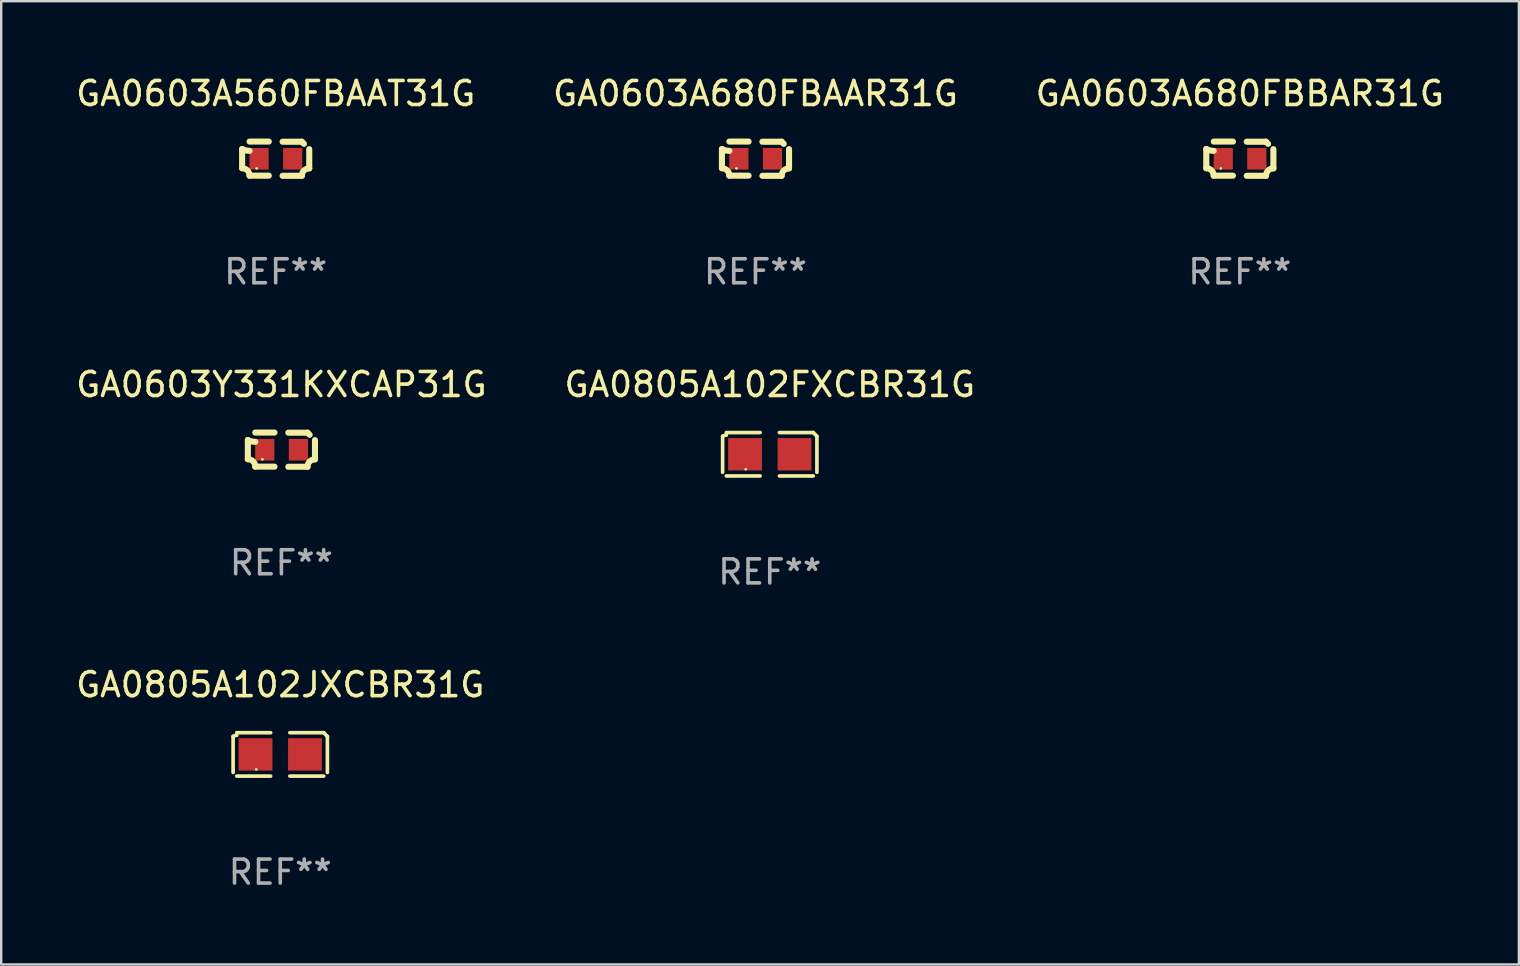
<source format=kicad_pcb>
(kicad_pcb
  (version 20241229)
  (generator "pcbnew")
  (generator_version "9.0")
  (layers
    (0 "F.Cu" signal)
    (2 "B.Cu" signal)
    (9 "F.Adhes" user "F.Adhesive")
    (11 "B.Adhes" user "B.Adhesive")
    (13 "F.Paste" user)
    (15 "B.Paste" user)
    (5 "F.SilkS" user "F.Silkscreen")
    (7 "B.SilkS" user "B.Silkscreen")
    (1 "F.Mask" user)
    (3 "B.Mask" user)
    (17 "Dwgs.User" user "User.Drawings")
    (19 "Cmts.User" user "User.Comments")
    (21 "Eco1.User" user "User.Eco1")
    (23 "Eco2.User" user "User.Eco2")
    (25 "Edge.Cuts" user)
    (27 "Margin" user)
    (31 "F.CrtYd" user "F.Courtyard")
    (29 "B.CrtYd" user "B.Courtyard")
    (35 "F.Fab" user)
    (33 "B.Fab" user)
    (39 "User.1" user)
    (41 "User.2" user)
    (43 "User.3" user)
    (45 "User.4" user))
  (footprint "GA0805A102JXCBR31G"
    (layer "F.Cu")
    (at 8.625 28.378)
    (property "Reference" "GA0805A102JXCBR31G" (at 0 -2.904 0) (layer "F.SilkS") (effects (font (size 1 1) (thickness 0.15))))
    (attr through_hole)
    (fp_line (start -1.964 0.751) (end -1.964 -0.751) (stroke (width 0.152) (type solid)) (layer "F.SilkS"))
    (fp_line (start -1.811 -0.904) (end -0.401 -0.904) (stroke (width 0.152) (type solid)) (layer "F.SilkS"))
    (fp_line (start -0.401 0.904) (end -1.811 0.904) (stroke (width 0.152) (type solid)) (layer "F.SilkS"))
    (fp_line (start 0.401 0.904) (end 1.811 0.904) (stroke (width 0.152) (type solid)) (layer "F.SilkS"))
    (fp_line (start 1.811 -0.904) (end 0.401 -0.904) (stroke (width 0.152) (type solid)) (layer "F.SilkS"))
    (fp_line (start 1.964 0.751) (end 1.964 -0.751) (stroke (width 0.152) (type solid)) (layer "F.SilkS"))
    (fp_arc (start -1.963602 -0.751207) (mid -1.890354 -0.783131) (end -1.811201 -0.794044) (stroke (width 0.1524) (type solid)) (layer "F.SilkS"))
    (fp_arc (start 1.811202 -0.903607) (mid 1.887413 -0.827418) (end 1.963602 -0.751207) (stroke (width 0.1524) (type solid)) (layer "F.SilkS"))
    (fp_circle (center -1 0.625) (end -0.97 0.625) (stroke (width 0.06) (type solid)) (fill no) (layer "F.SilkS"))
    (fp_text user "REF**" (at 0 4.904 0) (layer "F.Fab") (effects (font (size 1 1) (thickness 0.15))))
    (pad "1" smd rect (at -1.03 0) (size 1.41 1.35) (layers "F.Cu" "F.Mask" "F.Paste"))
    (pad "2" smd rect (at 1.03 0) (size 1.41 1.35) (layers "F.Cu" "F.Mask" "F.Paste")))
  (footprint "GA0805A102FXCBR31G"
    (layer "F.Cu")
    (at 29.018 15.874)
    (property "Reference" "GA0805A102FXCBR31G" (at 0 -2.904 0) (layer "F.SilkS") (effects (font (size 1 1) (thickness 0.15))))
    (attr through_hole)
    (fp_line (start -1.964 0.751) (end -1.964 -0.751) (stroke (width 0.152) (type solid)) (layer "F.SilkS"))
    (fp_line (start -1.811 -0.904) (end -0.401 -0.904) (stroke (width 0.152) (type solid)) (layer "F.SilkS"))
    (fp_line (start -0.401 0.904) (end -1.811 0.904) (stroke (width 0.152) (type solid)) (layer "F.SilkS"))
    (fp_line (start 0.401 0.904) (end 1.811 0.904) (stroke (width 0.152) (type solid)) (layer "F.SilkS"))
    (fp_line (start 1.811 -0.904) (end 0.401 -0.904) (stroke (width 0.152) (type solid)) (layer "F.SilkS"))
    (fp_line (start 1.964 0.751) (end 1.964 -0.751) (stroke (width 0.152) (type solid)) (layer "F.SilkS"))
    (fp_arc (start -1.963602 -0.751207) (mid -1.890354 -0.783131) (end -1.811201 -0.794044) (stroke (width 0.1524) (type solid)) (layer "F.SilkS"))
    (fp_arc (start 1.811202 -0.903607) (mid 1.887413 -0.827418) (end 1.963602 -0.751207) (stroke (width 0.1524) (type solid)) (layer "F.SilkS"))
    (fp_circle (center -1 0.625) (end -0.97 0.625) (stroke (width 0.06) (type solid)) (fill no) (layer "F.SilkS"))
    (fp_text user "REF**" (at 0 4.904 0) (layer "F.Fab") (effects (font (size 1 1) (thickness 0.15))))
    (pad "1" smd rect (at -1.03 0) (size 1.41 1.35) (layers "F.Cu" "F.Mask" "F.Paste"))
    (pad "2" smd rect (at 1.03 0) (size 1.41 1.35) (layers "F.Cu" "F.Mask" "F.Paste")))
  (footprint "GA0603A560FBAAT31G"
    (layer "F.Cu")
    (at 8.435 3.561)
    (property "Reference" "GA0603A560FBAAT31G" (at 0 -2.713 0) (layer "F.SilkS") (effects (font (size 1 1) (thickness 0.15))))
    (attr through_hole)
    (fp_line (start -1.398 -0.403) (end -1.398 0.397) (stroke (width 0.254) (type solid)) (layer "F.SilkS"))
    (fp_line (start -0.288 -0.713) (end -1.088 -0.713) (stroke (width 0.254) (type solid)) (layer "F.SilkS"))
    (fp_line (start -0.288 0.707) (end -1.088 0.707) (stroke (width 0.254) (type solid)) (layer "F.SilkS"))
    (fp_line (start 0.288 -0.707) (end 1.088 -0.707) (stroke (width 0.254) (type solid)) (layer "F.SilkS"))
    (fp_line (start 0.288 0.713) (end 1.088 0.713) (stroke (width 0.254) (type solid)) (layer "F.SilkS"))
    (fp_line (start 1.398 -0.397) (end 1.398 0.403) (stroke (width 0.254) (type solid)) (layer "F.SilkS"))
    (fp_arc (start -1.397789 0.397066) (mid -1.178701 0.487826) (end -1.08796 0.706922) (stroke (width 0.254001) (type solid)) (layer "F.SilkS"))
    (fp_arc (start -1.08796 -0.327176) (mid -1.247436 -0.346384) (end -1.39779 -0.402908) (stroke (width 0.254001) (type solid)) (layer "F.SilkS"))
    (fp_arc (start 1.087909 0.712738) (mid 1.178656 0.493655) (end 1.397739 0.402908) (stroke (width 0.254001) (type solid)) (layer "F.SilkS"))
    (fp_arc (start 1.175925 -0.618926) (mid 1.131917 -0.662923) (end 1.08791 -0.706922) (stroke (width 0.254001) (type solid)) (layer "F.SilkS"))
    (fp_circle (center -0.792 0.403) (end -0.762 0.403) (stroke (width 0.06) (type solid)) (fill no) (layer "F.SilkS"))
    (fp_text user "REF**" (at 0 4.713 0) (layer "F.Fab") (effects (font (size 1 1) (thickness 0.15))))
    (pad "1" smd rect (at -0.692 0.003) (size 0.8 0.9) (layers "F.Cu" "F.Mask" "F.Paste"))
    (pad "2" smd rect (at 0.708 0.003) (size 0.8 0.9) (layers "F.Cu" "F.Mask" "F.Paste")))
  (footprint "GA0603A680FBBAR31G"
    (layer "F.Cu")
    (at 48.601 3.561)
    (property "Reference" "GA0603A680FBBAR31G" (at 0 -2.713 0) (layer "F.SilkS") (effects (font (size 1 1) (thickness 0.15))))
    (attr through_hole)
    (fp_line (start -1.398 -0.403) (end -1.398 0.397) (stroke (width 0.254) (type solid)) (layer "F.SilkS"))
    (fp_line (start -0.288 -0.713) (end -1.088 -0.713) (stroke (width 0.254) (type solid)) (layer "F.SilkS"))
    (fp_line (start -0.288 0.707) (end -1.088 0.707) (stroke (width 0.254) (type solid)) (layer "F.SilkS"))
    (fp_line (start 0.288 -0.707) (end 1.088 -0.707) (stroke (width 0.254) (type solid)) (layer "F.SilkS"))
    (fp_line (start 0.288 0.713) (end 1.088 0.713) (stroke (width 0.254) (type solid)) (layer "F.SilkS"))
    (fp_line (start 1.398 -0.397) (end 1.398 0.403) (stroke (width 0.254) (type solid)) (layer "F.SilkS"))
    (fp_arc (start -1.397789 0.397066) (mid -1.178701 0.487826) (end -1.08796 0.706922) (stroke (width 0.254001) (type solid)) (layer "F.SilkS"))
    (fp_arc (start -1.08796 -0.327176) (mid -1.247436 -0.346384) (end -1.39779 -0.402908) (stroke (width 0.254001) (type solid)) (layer "F.SilkS"))
    (fp_arc (start 1.087909 0.712738) (mid 1.178656 0.493655) (end 1.397739 0.402908) (stroke (width 0.254001) (type solid)) (layer "F.SilkS"))
    (fp_arc (start 1.175925 -0.618926) (mid 1.131917 -0.662923) (end 1.08791 -0.706922) (stroke (width 0.254001) (type solid)) (layer "F.SilkS"))
    (fp_circle (center -0.792 0.403) (end -0.762 0.403) (stroke (width 0.06) (type solid)) (fill no) (layer "F.SilkS"))
    (fp_text user "REF**" (at 0 4.713 0) (layer "F.Fab") (effects (font (size 1 1) (thickness 0.15))))
    (pad "1" smd rect (at -0.692 0.003) (size 0.8 0.9) (layers "F.Cu" "F.Mask" "F.Paste"))
    (pad "2" smd rect (at 0.708 0.003) (size 0.8 0.9) (layers "F.Cu" "F.Mask" "F.Paste")))
  (footprint "GA0603A680FBAAR31G"
    (layer "F.Cu")
    (at 28.423 3.561)
    (property "Reference" "GA0603A680FBAAR31G" (at 0 -2.713 0) (layer "F.SilkS") (effects (font (size 1 1) (thickness 0.15))))
    (attr through_hole)
    (fp_line (start -1.398 -0.403) (end -1.398 0.397) (stroke (width 0.254) (type solid)) (layer "F.SilkS"))
    (fp_line (start -0.288 -0.713) (end -1.088 -0.713) (stroke (width 0.254) (type solid)) (layer "F.SilkS"))
    (fp_line (start -0.288 0.707) (end -1.088 0.707) (stroke (width 0.254) (type solid)) (layer "F.SilkS"))
    (fp_line (start 0.288 -0.707) (end 1.088 -0.707) (stroke (width 0.254) (type solid)) (layer "F.SilkS"))
    (fp_line (start 0.288 0.713) (end 1.088 0.713) (stroke (width 0.254) (type solid)) (layer "F.SilkS"))
    (fp_line (start 1.398 -0.397) (end 1.398 0.403) (stroke (width 0.254) (type solid)) (layer "F.SilkS"))
    (fp_arc (start -1.397789 0.397066) (mid -1.178701 0.487826) (end -1.08796 0.706922) (stroke (width 0.254001) (type solid)) (layer "F.SilkS"))
    (fp_arc (start -1.08796 -0.327176) (mid -1.247436 -0.346384) (end -1.39779 -0.402908) (stroke (width 0.254001) (type solid)) (layer "F.SilkS"))
    (fp_arc (start 1.087909 0.712738) (mid 1.178656 0.493655) (end 1.397739 0.402908) (stroke (width 0.254001) (type solid)) (layer "F.SilkS"))
    (fp_arc (start 1.175925 -0.618926) (mid 1.131917 -0.662923) (end 1.08791 -0.706922) (stroke (width 0.254001) (type solid)) (layer "F.SilkS"))
    (fp_circle (center -0.792 0.403) (end -0.762 0.403) (stroke (width 0.06) (type solid)) (fill no) (layer "F.SilkS"))
    (fp_text user "REF**" (at 0 4.713 0) (layer "F.Fab") (effects (font (size 1 1) (thickness 0.15))))
    (pad "1" smd rect (at -0.692 0.003) (size 0.8 0.9) (layers "F.Cu" "F.Mask" "F.Paste"))
    (pad "2" smd rect (at 0.708 0.003) (size 0.8 0.9) (layers "F.Cu" "F.Mask" "F.Paste")))
  (footprint "GA0603Y331KXCAP31G"
    (layer "F.Cu")
    (at 8.673 15.683)
    (property "Reference" "GA0603Y331KXCAP31G" (at 0 -2.713 0) (layer "F.SilkS") (effects (font (size 1 1) (thickness 0.15))))
    (attr through_hole)
    (fp_line (start -1.398 -0.403) (end -1.398 0.397) (stroke (width 0.254) (type solid)) (layer "F.SilkS"))
    (fp_line (start -0.288 -0.713) (end -1.088 -0.713) (stroke (width 0.254) (type solid)) (layer "F.SilkS"))
    (fp_line (start -0.288 0.707) (end -1.088 0.707) (stroke (width 0.254) (type solid)) (layer "F.SilkS"))
    (fp_line (start 0.288 -0.707) (end 1.088 -0.707) (stroke (width 0.254) (type solid)) (layer "F.SilkS"))
    (fp_line (start 0.288 0.713) (end 1.088 0.713) (stroke (width 0.254) (type solid)) (layer "F.SilkS"))
    (fp_line (start 1.398 -0.397) (end 1.398 0.403) (stroke (width 0.254) (type solid)) (layer "F.SilkS"))
    (fp_arc (start -1.397789 0.397066) (mid -1.178701 0.487826) (end -1.08796 0.706922) (stroke (width 0.254001) (type solid)) (layer "F.SilkS"))
    (fp_arc (start -1.08796 -0.327176) (mid -1.247436 -0.346384) (end -1.39779 -0.402908) (stroke (width 0.254001) (type solid)) (layer "F.SilkS"))
    (fp_arc (start 1.087909 0.712738) (mid 1.178656 0.493655) (end 1.397739 0.402908) (stroke (width 0.254001) (type solid)) (layer "F.SilkS"))
    (fp_arc (start 1.175925 -0.618926) (mid 1.131917 -0.662923) (end 1.08791 -0.706922) (stroke (width 0.254001) (type solid)) (layer "F.SilkS"))
    (fp_circle (center -0.792 0.403) (end -0.762 0.403) (stroke (width 0.06) (type solid)) (fill no) (layer "F.SilkS"))
    (fp_text user "REF**" (at 0 4.713 0) (layer "F.Fab") (effects (font (size 1 1) (thickness 0.15))))
    (pad "1" smd rect (at -0.692 0.003) (size 0.8 0.9) (layers "F.Cu" "F.Mask" "F.Paste"))
    (pad "2" smd rect (at 0.708 0.003) (size 0.8 0.9) (layers "F.Cu" "F.Mask" "F.Paste")))
  (gr_rect
    (start -3 -3)
    (end 60.226 37.129)
    (stroke (width 0.1) (type default))
    (fill no)
    (layer "Edge.Cuts")))
</source>
